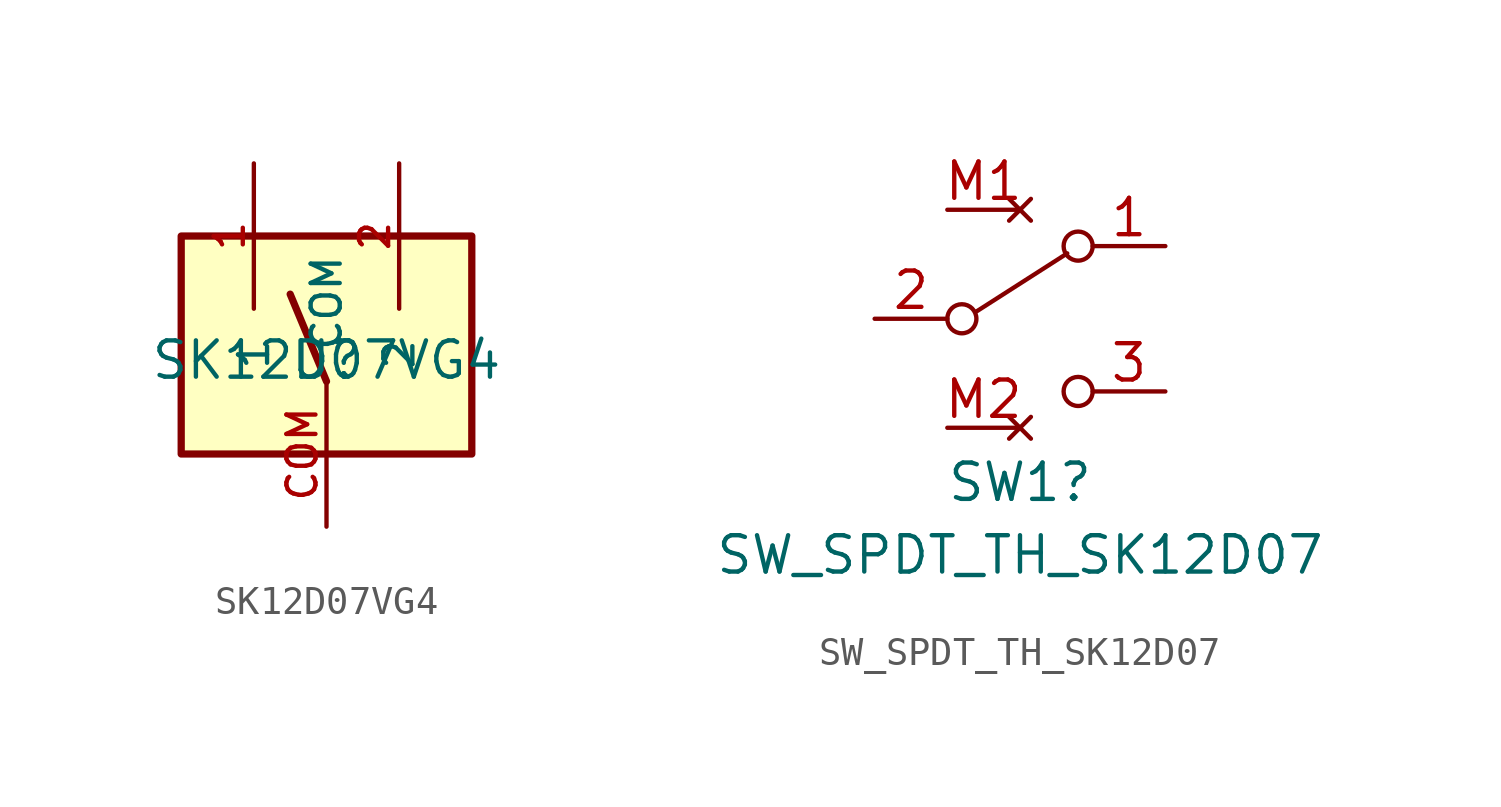
<source format=kicad_sym>
(kicad_symbol_lib
  (version 20211014)
  (generator kicad_symbol_editor)
  (symbol "SK12D07VG4"
    (pin_names
      (offset 1.016))
    (property "Reference" "U"
      (at 0 0 0)
      (effects (font (size 1.27 1.27)) (justify bottom)))
    (property "Value" "SK12D07VG4"
      (at 0 0 0)
      (effects (font (size 1.27 1.27)) (justify bottom)))
    (symbol "SK12D07VG4_0_0"
      (rectangle (start -5.08 -2.54) (end 5.08 5.08) (stroke (width 0.254) (type default) (color 0 0 0 0)) (fill (type background)))
      (polyline (pts (xy 0 0) (xy -1.27 3.048)) (stroke (width 0.254) (type default) (color 0 0 0 0)) (fill (type none)))
      (pin bidirectional line (at -2.54 7.62 270) (length 5.08) (name "1" (effects (font (size 1.016 1.016)))) (number "1" (effects (font (size 1.016 1.016)))))
      (pin bidirectional line (at 2.54 7.62 270) (length 5.08) (name "2" (effects (font (size 1.016 1.016)))) (number "2" (effects (font (size 1.016 1.016)))))
      (pin bidirectional line (at 0 -5.08 90) (length 5.08) (name "COM" (effects (font (size 1.016 1.016)))) (number "COM" (effects (font (size 1.016 1.016)))))))
  (symbol "SW_SPDT_TH_SK12D07"
    (pin_names
      (offset 0) hide)
    (property "Reference" "SW1"
      (at 0 -5.715 0)
      (effects (font (size 1.27 1.27))))
    (property "Value" "SW_SPDT_TH_SK12D07"
      (at 0 -8.255 0)
      (effects (font (size 1.27 1.27))))
    (symbol "SW_SPDT_TH_SK12D07_0_0"
      (circle (center -2.032 0) (radius 0.508) (stroke (width 0) (type default) (color 0 0 0 0)) (fill (type none)))
      (circle (center 2.032 -2.54) (radius 0.508) (stroke (width 0) (type default) (color 0 0 0 0)) (fill (type none))))
    (symbol "SW_SPDT_TH_SK12D07_0_1"
      (polyline (pts (xy -1.524 0.254) (xy 1.651 2.286)) (stroke (width 0) (type default) (color 0 0 0 0)) (fill (type none)))
      (circle (center 2.032 2.54) (radius 0.508) (stroke (width 0) (type default) (color 0 0 0 0)) (fill (type none))))
    (symbol "SW_SPDT_TH_SK12D07_1_1"
      (pin passive line (at 5.08 2.54 180) (length 2.54) (name "A" (effects (font (size 1.27 1.27)))) (number "1" (effects (font (size 1.27 1.27)))))
      (pin passive line (at -5.08 0 0) (length 2.54) (name "B" (effects (font (size 1.27 1.27)))) (number "2" (effects (font (size 1.27 1.27)))))
      (pin passive line (at 5.08 -2.54 180) (length 2.54) (name "C" (effects (font (size 1.27 1.27)))) (number "3" (effects (font (size 1.27 1.27)))))
      (pin no_connect line (at 0 3.81 180) (length 2.54) (name "Post1" (effects (font (size 1.27 1.27)))) (number "M1" (effects (font (size 1.27 1.27)))))
      (pin no_connect line (at 0 -3.81 180) (length 2.54) (name "Post2" (effects (font (size 1.27 1.27)))) (number "M2" (effects (font (size 1.27 1.27))))))))
</source>
